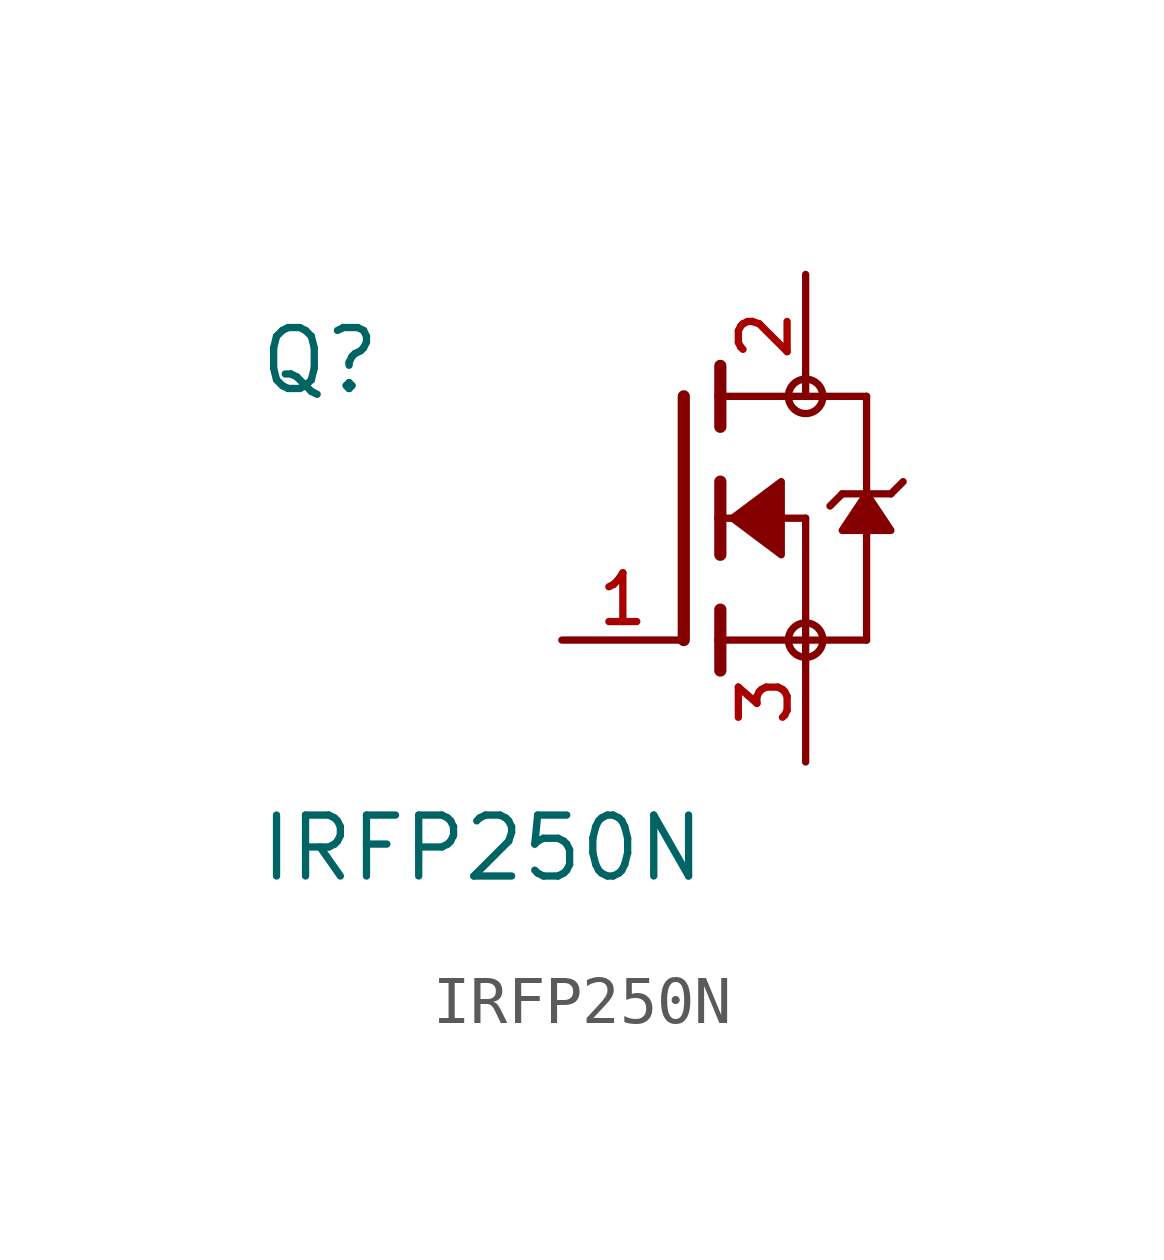
<source format=kicad_sym>
(kicad_symbol_lib
  (version 20211014)
  (generator kicad_symbol_editor)
  (symbol "IRFP250N"
    (pin_names
      (offset 1.016))
    (property "Reference" "Q"
      (at -8.89 2.54 0)
      (effects (font (size 1.27 1.27)) (justify bottom left)))
    (property "Value" "IRFP250N"
      (at -8.89 -7.62 0)
      (effects (font (size 1.27 1.27)) (justify bottom left)))
    (symbol "IRFP250N_0_0"
      (polyline (pts (xy 0.762 0.762) (xy 0.762 0.0)) (stroke (width 0.254)))
      (polyline (pts (xy 0.762 0.0) (xy 0.762 -0.762)) (stroke (width 0.254)))
      (polyline (pts (xy 0.762 3.175) (xy 0.762 2.54)) (stroke (width 0.254)))
      (polyline (pts (xy 0.762 2.54) (xy 0.762 1.905)) (stroke (width 0.254)))
      (polyline (pts (xy 0.762 0.0) (xy 2.54 0.0)) (stroke (width 0.152)))
      (polyline (pts (xy 2.54 0.0) (xy 2.54 -2.54)) (stroke (width 0.152)))
      (polyline (pts (xy 0.762 -1.905) (xy 0.762 -2.54)) (stroke (width 0.254)))
      (polyline (pts (xy 0.762 -2.54) (xy 0.762 -3.175)) (stroke (width 0.254)))
      (polyline (pts (xy 0.0 2.54) (xy 0.0 -2.54)) (stroke (width 0.254)))
      (polyline (pts (xy 2.54 -2.54) (xy 0.762 -2.54)) (stroke (width 0.152)))
      (polyline (pts (xy 3.81 2.54) (xy 3.81 0.508)) (stroke (width 0.152)))
      (polyline (pts (xy 3.81 0.508) (xy 3.81 -2.54)) (stroke (width 0.152)))
      (polyline (pts (xy 2.54 -2.54) (xy 3.81 -2.54)) (stroke (width 0.152)))
      (polyline (pts (xy 0.762 2.54) (xy 3.81 2.54)) (stroke (width 0.152)))
      (polyline (pts (xy 4.572 0.762) (xy 4.318 0.508)) (stroke (width 0.152)))
      (polyline (pts (xy 4.318 0.508) (xy 3.81 0.508)) (stroke (width 0.152)))
      (polyline (pts (xy 3.81 0.508) (xy 3.302 0.508)) (stroke (width 0.152)))
      (polyline (pts (xy 3.302 0.508) (xy 3.048 0.254)) (stroke (width 0.152)))
      (circle (center 2.54 -2.54) (radius 0.359) (stroke (width 0.0)) (fill (type none)))
      (circle (center 2.54 2.54) (radius 0.359) (stroke (width 0.0)) (fill (type none)))
      (polyline (pts (xy 3.81 0.508) (xy 3.302 -0.254) (xy 4.318 -0.254) (xy 3.81 0.508)) (stroke (width 0.152)) (fill (type outline)))
      (polyline (pts (xy 1.016 0.0) (xy 2.032 0.762) (xy 2.032 -0.762) (xy 1.016 0.0)) (stroke (width 0.152)) (fill (type outline)))
      (pin passive line (at 2.54 -5.08 90.0) (length 2.54) (name "~" (effects (font (size 1.016 1.016)))) (number "3" (effects (font (size 1.016 1.016)))))
      (pin passive line (at -2.54 -2.54 0) (length 2.54) (name "~" (effects (font (size 1.016 1.016)))) (number "1" (effects (font (size 1.016 1.016)))))
      (pin passive line (at 2.54 5.08 270.0) (length 2.54) (name "~" (effects (font (size 1.016 1.016)))) (number "2" (effects (font (size 1.016 1.016))))))))
</source>
